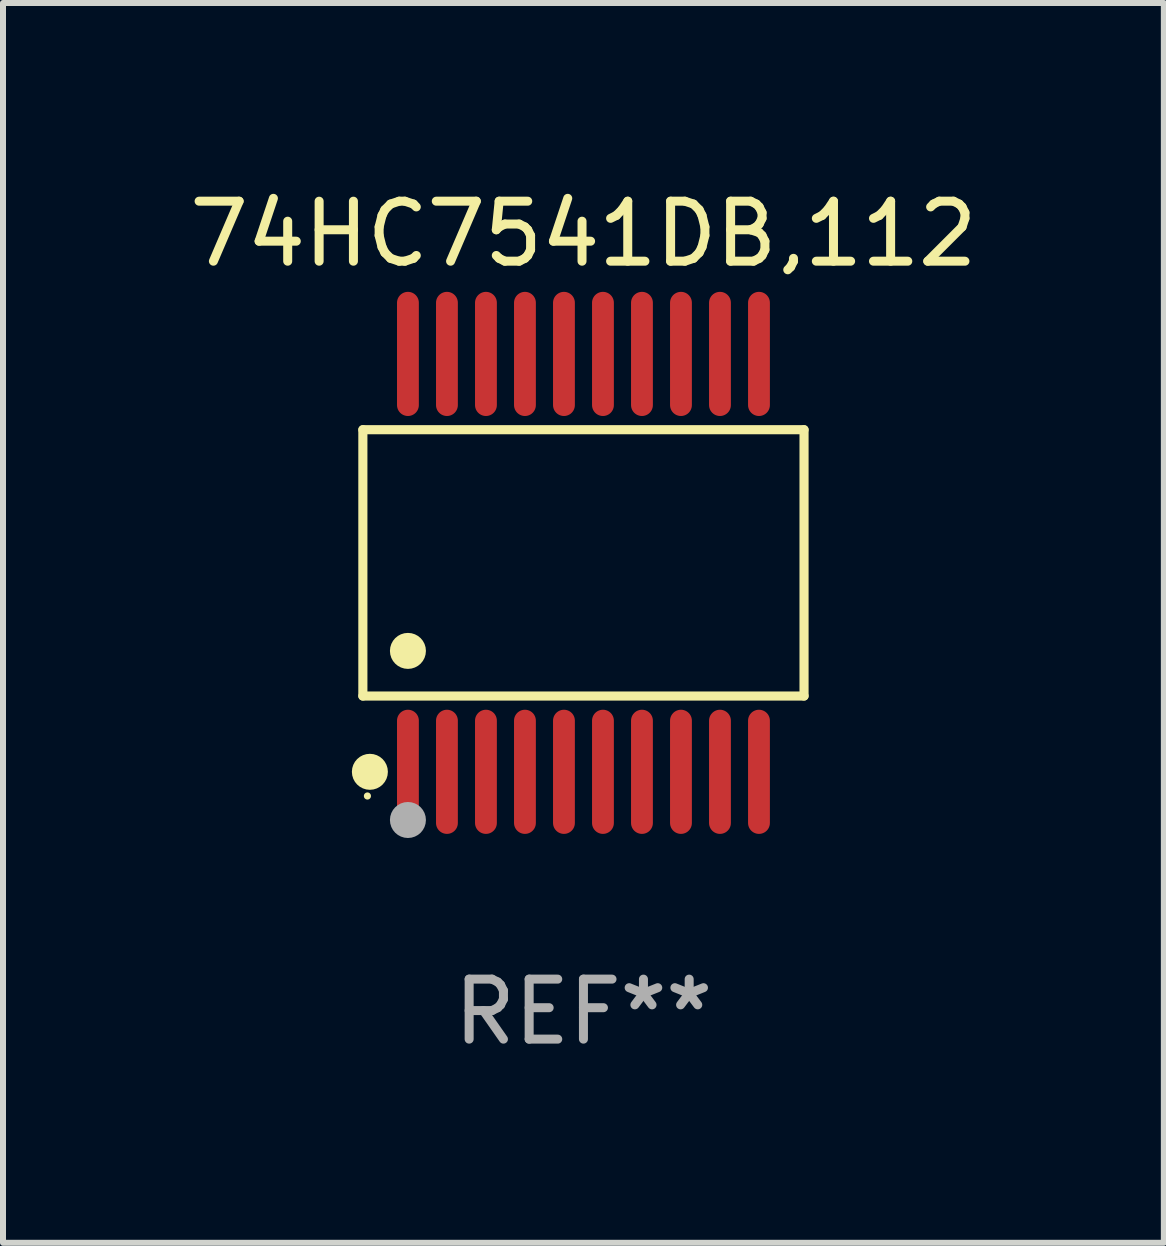
<source format=kicad_pcb>
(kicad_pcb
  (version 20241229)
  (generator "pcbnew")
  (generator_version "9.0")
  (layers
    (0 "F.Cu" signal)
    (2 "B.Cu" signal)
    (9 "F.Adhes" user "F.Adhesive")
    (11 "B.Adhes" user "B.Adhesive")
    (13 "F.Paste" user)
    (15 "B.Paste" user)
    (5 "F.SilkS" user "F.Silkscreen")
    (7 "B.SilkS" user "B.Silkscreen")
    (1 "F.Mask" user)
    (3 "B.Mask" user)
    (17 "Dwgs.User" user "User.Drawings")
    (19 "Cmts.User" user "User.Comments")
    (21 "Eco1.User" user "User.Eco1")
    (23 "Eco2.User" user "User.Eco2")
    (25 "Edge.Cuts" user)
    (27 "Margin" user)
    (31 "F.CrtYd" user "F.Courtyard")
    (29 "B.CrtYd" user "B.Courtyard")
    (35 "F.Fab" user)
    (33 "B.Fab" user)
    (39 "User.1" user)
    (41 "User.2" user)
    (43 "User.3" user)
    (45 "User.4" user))
  (footprint "74HC7541DB,112"
    (layer "F.Cu")
    (at 6.673 6.33)
    (property "Reference" "74HC7541DB,112" (at 0 -5.482 0) (layer "F.SilkS") (effects (font (size 1 1) (thickness 0.15))))
    (attr through_hole)
    (fp_line (start -3.676 -2.219) (end 3.676 -2.219) (stroke (width 0.152) (type solid)) (layer "F.SilkS"))
    (fp_line (start -3.676 2.219) (end -3.676 -2.219) (stroke (width 0.152) (type solid)) (layer "F.SilkS"))
    (fp_line (start 3.676 -2.219) (end 3.676 2.219) (stroke (width 0.152) (type solid)) (layer "F.SilkS"))
    (fp_line (start 3.676 2.219) (end -3.676 2.219) (stroke (width 0.152) (type solid)) (layer "F.SilkS"))
    (fp_circle (center -3.6 3.885) (end -3.57 3.885) (stroke (width 0.06) (type solid)) (fill no) (layer "F.SilkS"))
    (fp_circle (center -3.559 3.482) (end -3.409 3.482) (stroke (width 0.3) (type solid)) (fill no) (layer "F.SilkS"))
    (fp_circle (center -2.925 1.467) (end -2.775 1.467) (stroke (width 0.3) (type solid)) (fill no) (layer "F.SilkS"))
    (fp_circle (center -2.925 4.285) (end -2.775 4.285) (stroke (width 0.3) (type solid)) (fill no) (layer "F.Fab"))
    (fp_text user "REF**" (at 0 7.482 0) (layer "F.Fab") (effects (font (size 1 1) (thickness 0.15))))
    (pad "1" smd oval (at -2.925 3.482) (size 0.364 2.069) (layers "F.Cu" "F.Mask" "F.Paste"))
    (pad "2" smd oval (at -2.275 3.482) (size 0.364 2.069) (layers "F.Cu" "F.Mask" "F.Paste"))
    (pad "3" smd oval (at -1.625 3.482) (size 0.364 2.069) (layers "F.Cu" "F.Mask" "F.Paste"))
    (pad "4" smd oval (at -0.975 3.482) (size 0.364 2.069) (layers "F.Cu" "F.Mask" "F.Paste"))
    (pad "5" smd oval (at -0.325 3.482) (size 0.364 2.069) (layers "F.Cu" "F.Mask" "F.Paste"))
    (pad "6" smd oval (at 0.325 3.482) (size 0.364 2.069) (layers "F.Cu" "F.Mask" "F.Paste"))
    (pad "7" smd oval (at 0.975 3.482) (size 0.364 2.069) (layers "F.Cu" "F.Mask" "F.Paste"))
    (pad "8" smd oval (at 1.625 3.482) (size 0.364 2.069) (layers "F.Cu" "F.Mask" "F.Paste"))
    (pad "9" smd oval (at 2.275 3.482) (size 0.364 2.069) (layers "F.Cu" "F.Mask" "F.Paste"))
    (pad "10" smd oval (at 2.925 3.482) (size 0.364 2.069) (layers "F.Cu" "F.Mask" "F.Paste"))
    (pad "11" smd oval (at 2.925 -3.482) (size 0.364 2.069) (layers "F.Cu" "F.Mask" "F.Paste"))
    (pad "12" smd oval (at 2.275 -3.482) (size 0.364 2.069) (layers "F.Cu" "F.Mask" "F.Paste"))
    (pad "13" smd oval (at 1.625 -3.482) (size 0.364 2.069) (layers "F.Cu" "F.Mask" "F.Paste"))
    (pad "14" smd oval (at 0.975 -3.482) (size 0.364 2.069) (layers "F.Cu" "F.Mask" "F.Paste"))
    (pad "15" smd oval (at 0.325 -3.482) (size 0.364 2.069) (layers "F.Cu" "F.Mask" "F.Paste"))
    (pad "16" smd oval (at -0.325 -3.482) (size 0.364 2.069) (layers "F.Cu" "F.Mask" "F.Paste"))
    (pad "17" smd oval (at -0.975 -3.482) (size 0.364 2.069) (layers "F.Cu" "F.Mask" "F.Paste"))
    (pad "18" smd oval (at -1.625 -3.482) (size 0.364 2.069) (layers "F.Cu" "F.Mask" "F.Paste"))
    (pad "19" smd oval (at -2.275 -3.482) (size 0.364 2.069) (layers "F.Cu" "F.Mask" "F.Paste"))
    (pad "20" smd oval (at -2.925 -3.482) (size 0.364 2.069) (layers "F.Cu" "F.Mask" "F.Paste")))
  (gr_rect
    (start -3 -3)
    (end 16.345 17.661)
    (stroke (width 0.1) (type default))
    (fill no)
    (layer "Edge.Cuts")))
</source>
